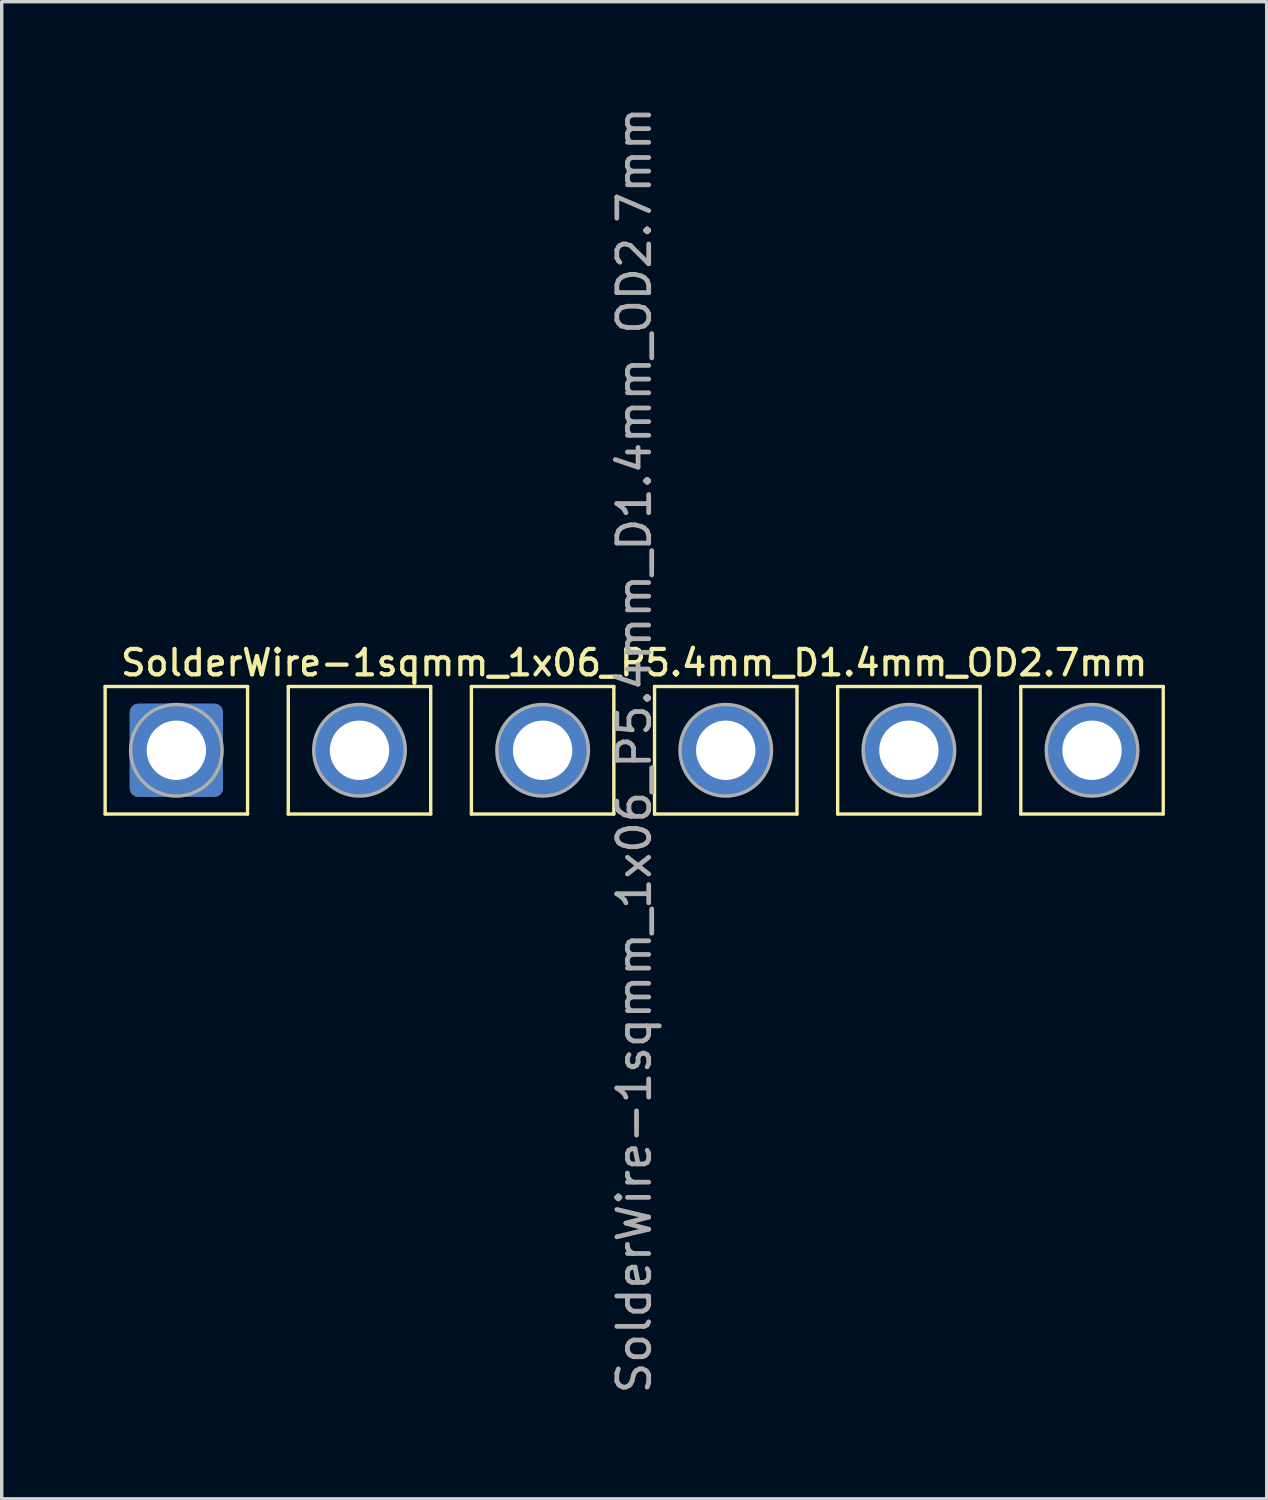
<source format=kicad_pcb>
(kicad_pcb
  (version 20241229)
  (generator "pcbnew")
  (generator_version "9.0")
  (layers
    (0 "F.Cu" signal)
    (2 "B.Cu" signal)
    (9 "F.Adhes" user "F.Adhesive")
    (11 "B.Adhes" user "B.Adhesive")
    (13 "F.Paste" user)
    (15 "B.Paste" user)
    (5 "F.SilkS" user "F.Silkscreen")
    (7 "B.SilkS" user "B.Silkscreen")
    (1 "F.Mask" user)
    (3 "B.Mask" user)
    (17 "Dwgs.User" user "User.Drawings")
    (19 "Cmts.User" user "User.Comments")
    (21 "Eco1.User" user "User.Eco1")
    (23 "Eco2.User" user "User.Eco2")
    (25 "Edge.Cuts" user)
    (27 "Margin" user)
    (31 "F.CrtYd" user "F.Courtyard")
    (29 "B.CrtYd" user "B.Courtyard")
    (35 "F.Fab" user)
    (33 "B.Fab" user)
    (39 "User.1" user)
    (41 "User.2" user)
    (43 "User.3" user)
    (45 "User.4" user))
  (footprint "SolderWire-1sqmm_1x06_P5.4mm_D1.4mm_OD2.7mm"
    (layer "F.Cu")
    (at 2.15 19.073)
    (property "Reference" "SolderWire-1sqmm_1x06_P5.4mm_D1.4mm_OD2.7mm" (at 13.5 -2.58 0) (layer "F.SilkS") (effects (font (size 0.75 0.75) (thickness 0.125))))
    (attr exclude_from_pos_files exclude_from_bom)
    (fp_line (start -2.1 -1.88) (end -2.1 1.88) (stroke (width 0.1) (type solid)) (layer "F.SilkS"))
    (fp_line (start -2.1 1.88) (end 2.1 1.88) (stroke (width 0.1) (type solid)) (layer "F.SilkS"))
    (fp_line (start 2.1 -1.88) (end -2.1 -1.88) (stroke (width 0.1) (type solid)) (layer "F.SilkS"))
    (fp_line (start 2.1 1.88) (end 2.1 -1.88) (stroke (width 0.1) (type solid)) (layer "F.SilkS"))
    (fp_line (start 3.3 -1.88) (end 3.3 1.88) (stroke (width 0.1) (type solid)) (layer "F.SilkS"))
    (fp_line (start 3.3 1.88) (end 7.5 1.88) (stroke (width 0.1) (type solid)) (layer "F.SilkS"))
    (fp_line (start 7.5 -1.88) (end 3.3 -1.88) (stroke (width 0.1) (type solid)) (layer "F.SilkS"))
    (fp_line (start 7.5 1.88) (end 7.5 -1.88) (stroke (width 0.1) (type solid)) (layer "F.SilkS"))
    (fp_line (start 8.7 -1.88) (end 8.7 1.88) (stroke (width 0.1) (type solid)) (layer "F.SilkS"))
    (fp_line (start 8.7 1.88) (end 12.9 1.88) (stroke (width 0.1) (type solid)) (layer "F.SilkS"))
    (fp_line (start 12.9 -1.88) (end 8.7 -1.88) (stroke (width 0.1) (type solid)) (layer "F.SilkS"))
    (fp_line (start 12.9 1.88) (end 12.9 -1.88) (stroke (width 0.1) (type solid)) (layer "F.SilkS"))
    (fp_line (start 14.1 -1.88) (end 14.1 1.88) (stroke (width 0.1) (type solid)) (layer "F.SilkS"))
    (fp_line (start 14.1 1.88) (end 18.3 1.88) (stroke (width 0.1) (type solid)) (layer "F.SilkS"))
    (fp_line (start 18.3 -1.88) (end 14.1 -1.88) (stroke (width 0.1) (type solid)) (layer "F.SilkS"))
    (fp_line (start 18.3 1.88) (end 18.3 -1.88) (stroke (width 0.1) (type solid)) (layer "F.SilkS"))
    (fp_line (start 19.5 -1.88) (end 19.5 1.88) (stroke (width 0.1) (type solid)) (layer "F.SilkS"))
    (fp_line (start 19.5 1.88) (end 23.7 1.88) (stroke (width 0.1) (type solid)) (layer "F.SilkS"))
    (fp_line (start 23.7 -1.88) (end 19.5 -1.88) (stroke (width 0.1) (type solid)) (layer "F.SilkS"))
    (fp_line (start 23.7 1.88) (end 23.7 -1.88) (stroke (width 0.1) (type solid)) (layer "F.SilkS"))
    (fp_line (start 24.9 -1.88) (end 24.9 1.88) (stroke (width 0.1) (type solid)) (layer "F.SilkS"))
    (fp_line (start 24.9 1.88) (end 29.1 1.88) (stroke (width 0.1) (type solid)) (layer "F.SilkS"))
    (fp_line (start 29.1 -1.88) (end 24.9 -1.88) (stroke (width 0.1) (type solid)) (layer "F.SilkS"))
    (fp_line (start 29.1 1.88) (end 29.1 -1.88) (stroke (width 0.1) (type solid)) (layer "F.SilkS"))
    (fp_circle (center 0 0) (end 1.35 0) (stroke (width 0.1) (type solid)) (fill no) (layer "F.Fab"))
    (fp_circle (center 5.4 0) (end 6.75 0) (stroke (width 0.1) (type solid)) (fill no) (layer "F.Fab"))
    (fp_circle (center 10.8 0) (end 12.15 0) (stroke (width 0.1) (type solid)) (fill no) (layer "F.Fab"))
    (fp_circle (center 16.2 0) (end 17.55 0) (stroke (width 0.1) (type solid)) (fill no) (layer "F.Fab"))
    (fp_circle (center 21.6 0) (end 22.95 0) (stroke (width 0.1) (type solid)) (fill no) (layer "F.Fab"))
    (fp_circle (center 27 0) (end 28.35 0) (stroke (width 0.1) (type solid)) (fill no) (layer "F.Fab"))
    (fp_text user "${REFERENCE}" (at 13.5 0 90) (layer "F.Fab") (effects (font (size 0.94 0.94) (thickness 0.14))))
    (pad "1" thru_hole roundrect (at 0 0) (size 2.75 2.75) (drill 1.75) (layers "*.Cu" "*.Mask") (roundrect_rratio 0.091))
    (pad "2" thru_hole circle (at 5.4 0) (size 2.75 2.75) (drill 1.75) (layers "*.Cu" "*.Mask"))
    (pad "3" thru_hole circle (at 10.8 0) (size 2.75 2.75) (drill 1.75) (layers "*.Cu" "*.Mask"))
    (pad "4" thru_hole circle (at 16.2 0) (size 2.75 2.75) (drill 1.75) (layers "*.Cu" "*.Mask"))
    (pad "5" thru_hole circle (at 21.6 0) (size 2.75 2.75) (drill 1.75) (layers "*.Cu" "*.Mask"))
    (pad "6" thru_hole circle (at 27 0) (size 2.75 2.75) (drill 1.75) (layers "*.Cu" "*.Mask")))
  (gr_rect
    (start -3 -3)
    (end 34.3 41.145)
    (stroke (width 0.1) (type default))
    (fill no)
    (layer "Edge.Cuts")))
</source>
